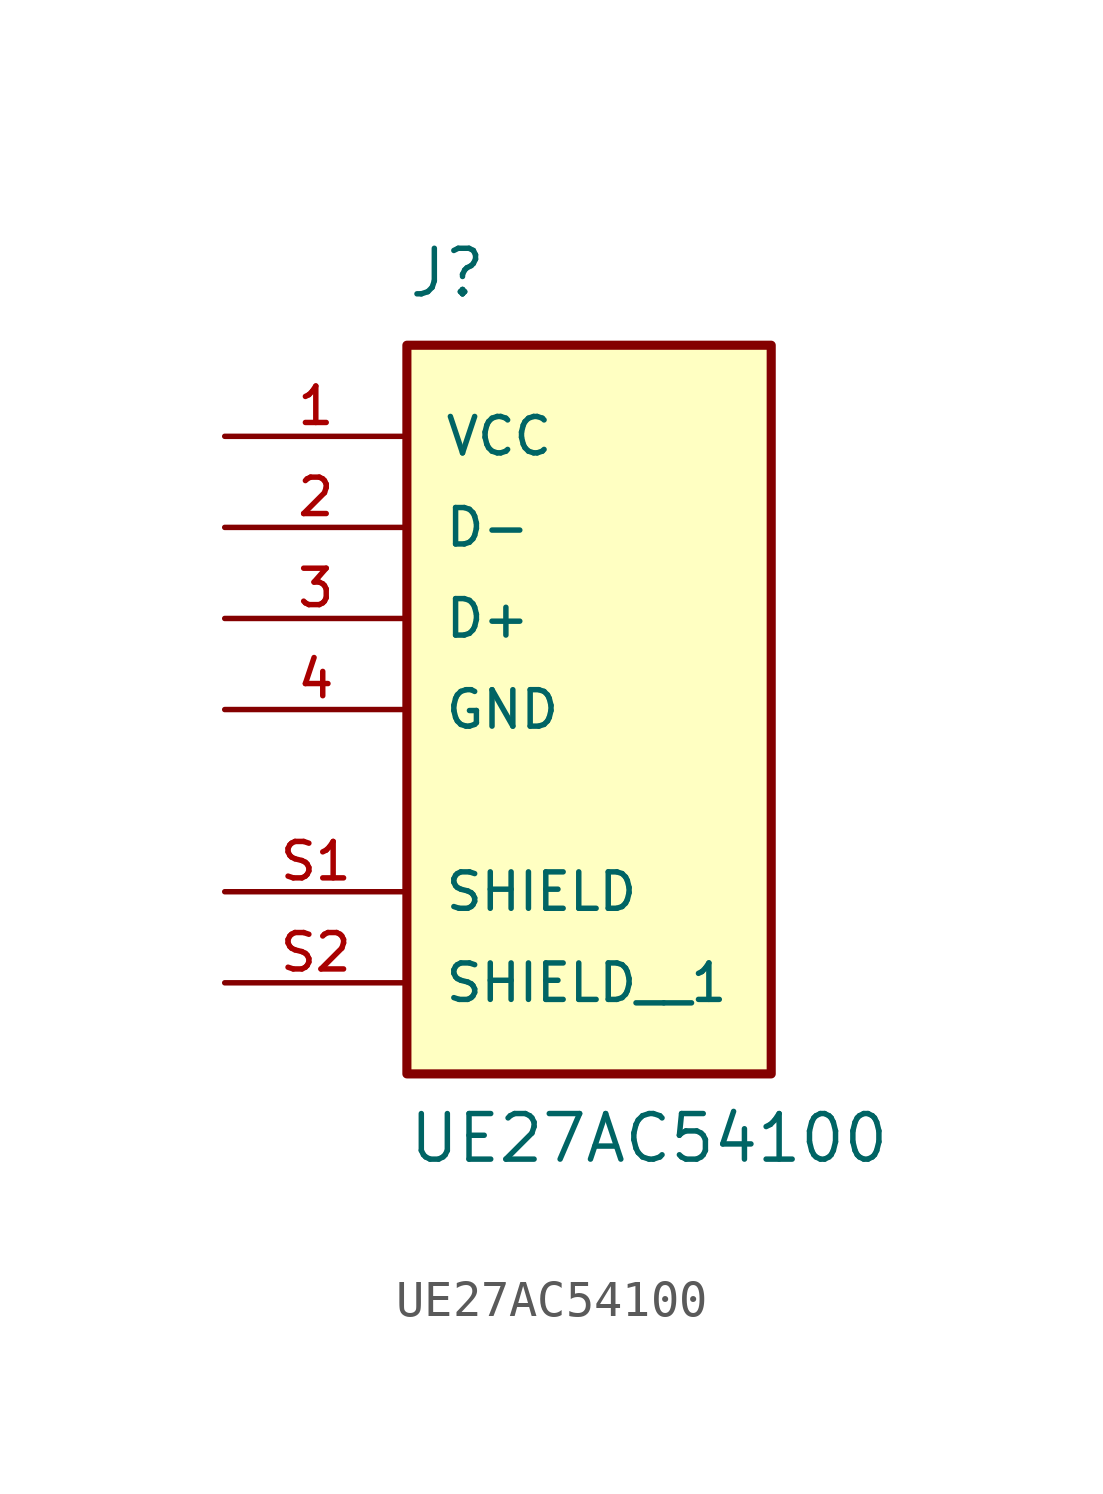
<source format=kicad_sym>
(kicad_symbol_lib
  (version 20211014)
  (generator kicad_symbol_editor)
  (symbol "UE27AC54100"
    (pin_names
      (offset 1.016))
    (property "Reference" "J"
      (at -5.08 8.89 0)
      (effects (font (size 1.27 1.27)) (justify bottom left)))
    (property "Value" "UE27AC54100"
      (at -5.08 -15.24 0)
      (effects (font (size 1.27 1.27)) (justify bottom left)))
    (symbol "UE27AC54100_0_0"
      (rectangle (start -5.08 -12.7) (end 5.08 7.62) (stroke (width 0.254)) (fill (type background)))
      (pin power_in line (at -10.16 5.08 0) (length 5.08) (name "VCC" (effects (font (size 1.016 1.016)))) (number "1" (effects (font (size 1.016 1.016)))))
      (pin bidirectional line (at -10.16 2.54 0) (length 5.08) (name "D-" (effects (font (size 1.016 1.016)))) (number "2" (effects (font (size 1.016 1.016)))))
      (pin bidirectional line (at -10.16 0.0 0) (length 5.08) (name "D+" (effects (font (size 1.016 1.016)))) (number "3" (effects (font (size 1.016 1.016)))))
      (pin power_in line (at -10.16 -2.54 0) (length 5.08) (name "GND" (effects (font (size 1.016 1.016)))) (number "4" (effects (font (size 1.016 1.016)))))
      (pin passive line (at -10.16 -7.62 0) (length 5.08) (name "SHIELD" (effects (font (size 1.016 1.016)))) (number "S1" (effects (font (size 1.016 1.016)))))
      (pin passive line (at -10.16 -10.16 0) (length 5.08) (name "SHIELD__1" (effects (font (size 1.016 1.016)))) (number "S2" (effects (font (size 1.016 1.016))))))))
</source>
